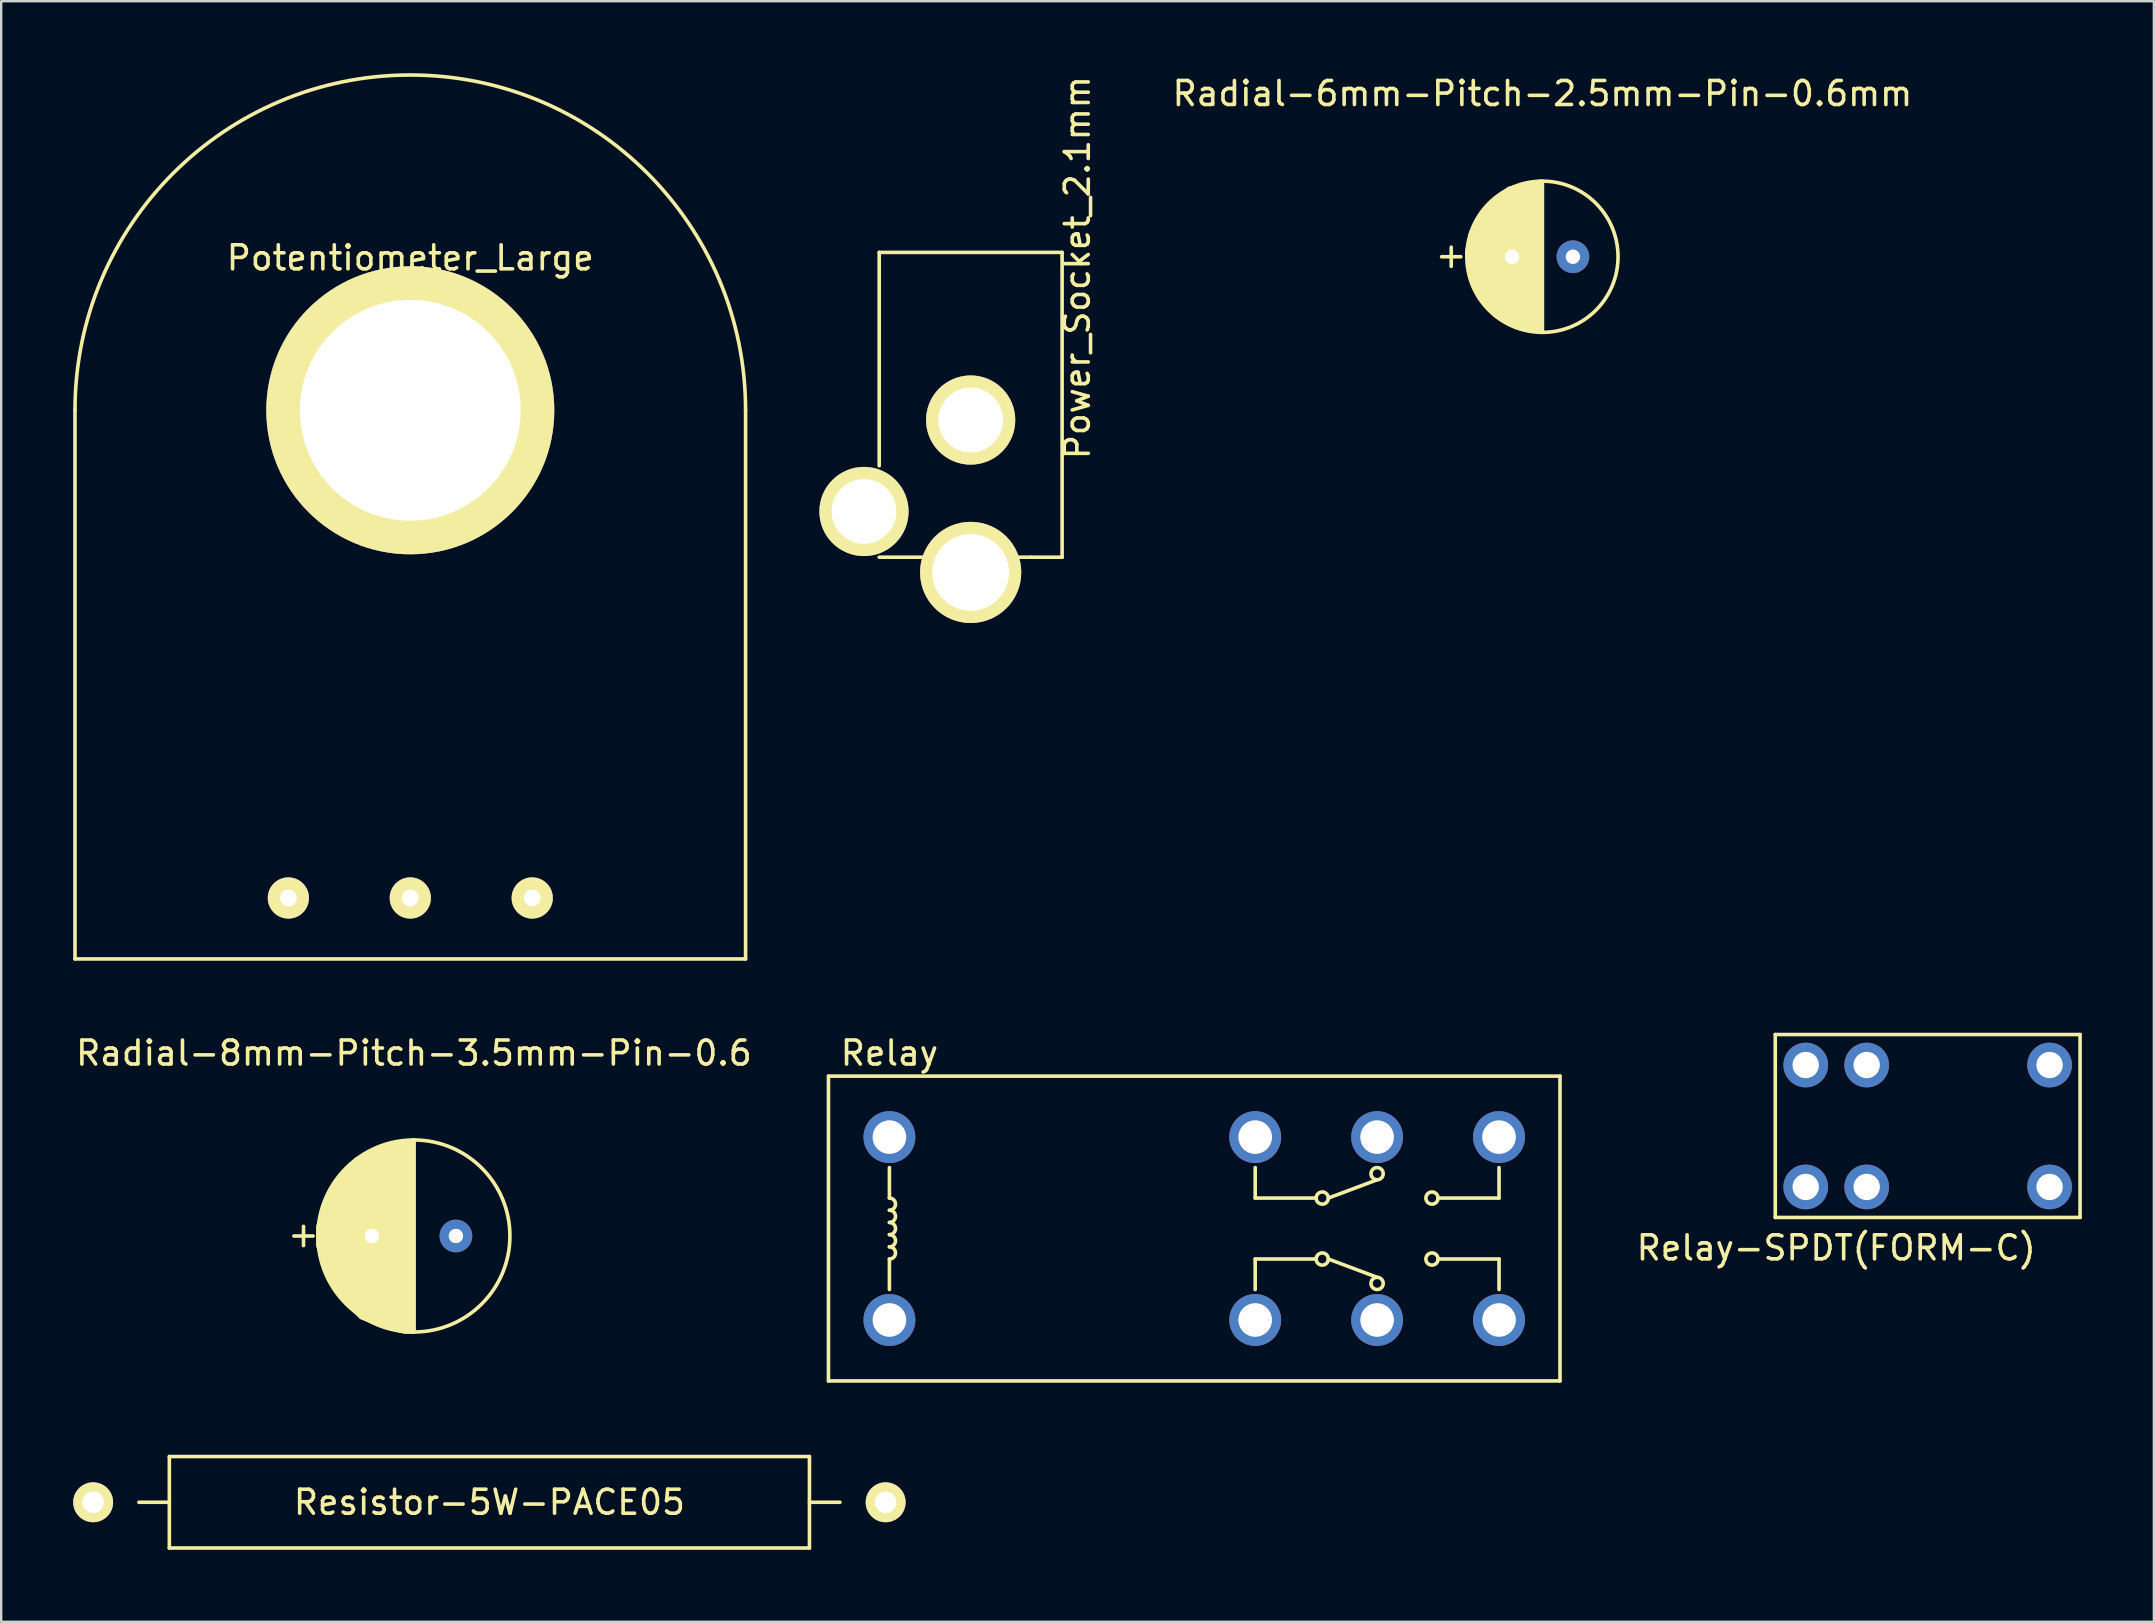
<source format=kicad_pcb>
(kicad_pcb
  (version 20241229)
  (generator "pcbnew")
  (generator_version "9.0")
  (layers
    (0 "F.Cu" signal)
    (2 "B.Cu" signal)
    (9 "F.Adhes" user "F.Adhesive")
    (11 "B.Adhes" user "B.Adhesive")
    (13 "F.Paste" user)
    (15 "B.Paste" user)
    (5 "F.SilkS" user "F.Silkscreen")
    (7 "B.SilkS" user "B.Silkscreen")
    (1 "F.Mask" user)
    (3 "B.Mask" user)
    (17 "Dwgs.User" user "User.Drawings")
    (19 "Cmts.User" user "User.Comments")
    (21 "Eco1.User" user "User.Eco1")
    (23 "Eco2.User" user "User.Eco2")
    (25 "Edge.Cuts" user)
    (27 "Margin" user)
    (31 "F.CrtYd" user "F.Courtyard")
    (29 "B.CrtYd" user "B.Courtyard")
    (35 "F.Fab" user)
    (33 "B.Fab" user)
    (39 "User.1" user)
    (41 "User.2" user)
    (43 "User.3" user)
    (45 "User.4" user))
  (footprint "Power_Socket_2.1mm"
    (layer "F.Cu")
    (at 37.393 14.451)
    (property "Reference" "Power_Socket_2.1mm" (at 4.445 -6.35 90) (layer "F.SilkS") (effects (font (size 1 1) (thickness 0.15))))
    (attr through_hole)
    (fp_line (start -3.81 -6.985) (end -3.81 1.905) (stroke (width 0.15) (type solid)) (layer "F.SilkS"))
    (fp_line (start -3.81 5.715) (end -1.905 5.715) (stroke (width 0.15) (type solid)) (layer "F.SilkS"))
    (fp_line (start 1.905 5.715) (end 2.54 5.715) (stroke (width 0.15) (type solid)) (layer "F.SilkS"))
    (fp_line (start 2.54 5.715) (end 3.81 5.715) (stroke (width 0.15) (type solid)) (layer "F.SilkS"))
    (fp_line (start 3.81 -6.985) (end -3.81 -6.985) (stroke (width 0.15) (type solid)) (layer "F.SilkS"))
    (fp_line (start 3.81 5.715) (end 3.81 -6.985) (stroke (width 0.15) (type solid)) (layer "F.SilkS"))
    (pad "1" thru_hole circle (at 0 6.35) (size 4.216 4.216) (drill 3.2) (layers "*.Cu" "*.Mask" "F.SilkS"))
    (pad "2" thru_hole circle (at -4.445 3.81) (size 3.716 3.716) (drill 2.7) (layers "*.Cu" "*.Mask" "F.SilkS"))
    (pad "3" thru_hole circle (at 0 0) (size 3.716 3.716) (drill 2.7) (layers "*.Cu" "*.Mask" "F.SilkS")))
  (footprint "Relay"
    (layer "F.Cu")
    (at 34.008 44.328)
    (property "Reference" "Relay" (at 0 -3.5 0) (layer "F.SilkS") (effects (font (size 1 1) (thickness 0.15))))
    (attr through_hole)
    (fp_line (start -2.54 -2.54) (end -2.54 10.16) (stroke (width 0.15) (type solid)) (layer "F.SilkS"))
    (fp_line (start -2.54 10.16) (end 27.94 10.16) (stroke (width 0.15) (type solid)) (layer "F.SilkS"))
    (fp_line (start 0 1.27) (end 0 2.54) (stroke (width 0.15) (type solid)) (layer "F.SilkS"))
    (fp_line (start 0 6.35) (end 0 5.08) (stroke (width 0.15) (type solid)) (layer "F.SilkS"))
    (fp_line (start 15.24 1.27) (end 15.24 2.54) (stroke (width 0.15) (type solid)) (layer "F.SilkS"))
    (fp_line (start 15.24 2.54) (end 17.78 2.54) (stroke (width 0.15) (type solid)) (layer "F.SilkS"))
    (fp_line (start 15.24 5.08) (end 17.78 5.08) (stroke (width 0.15) (type solid)) (layer "F.SilkS"))
    (fp_line (start 15.24 6.35) (end 15.24 5.08) (stroke (width 0.15) (type solid)) (layer "F.SilkS"))
    (fp_line (start 20.32 1.778) (end 18.288 2.54) (stroke (width 0.15) (type solid)) (layer "F.SilkS"))
    (fp_line (start 20.32 5.842) (end 18.288 5.08) (stroke (width 0.15) (type solid)) (layer "F.SilkS"))
    (fp_line (start 22.86 2.54) (end 25.4 2.54) (stroke (width 0.15) (type solid)) (layer "F.SilkS"))
    (fp_line (start 25.4 2.54) (end 25.4 1.27) (stroke (width 0.15) (type solid)) (layer "F.SilkS"))
    (fp_line (start 25.4 5.08) (end 22.86 5.08) (stroke (width 0.15) (type solid)) (layer "F.SilkS"))
    (fp_line (start 25.4 6.35) (end 25.4 5.08) (stroke (width 0.15) (type solid)) (layer "F.SilkS"))
    (fp_line (start 27.94 -2.54) (end -2.54 -2.54) (stroke (width 0.15) (type solid)) (layer "F.SilkS"))
    (fp_line (start 27.94 10.16) (end 27.94 -2.54) (stroke (width 0.15) (type solid)) (layer "F.SilkS"))
    (fp_arc (start 0 2.54) (mid 0.254 2.794) (end 0 3.048) (stroke (width 0.15) (type solid)) (layer "F.SilkS"))
    (fp_arc (start 0 3.048) (mid 0.254 3.302) (end 0 3.556) (stroke (width 0.15) (type solid)) (layer "F.SilkS"))
    (fp_arc (start 0 3.556) (mid 0.254 3.81) (end 0 4.064) (stroke (width 0.15) (type solid)) (layer "F.SilkS"))
    (fp_arc (start 0 4.064) (mid 0.254 4.318) (end 0 4.572) (stroke (width 0.15) (type solid)) (layer "F.SilkS"))
    (fp_arc (start 0 4.572) (mid 0.254 4.826) (end 0 5.08) (stroke (width 0.15) (type solid)) (layer "F.SilkS"))
    (fp_circle (center 18.034 2.54) (end 18.288 2.54) (stroke (width 0.15) (type solid)) (fill no) (layer "F.SilkS"))
    (fp_circle (center 18.034 5.08) (end 18.288 5.08) (stroke (width 0.15) (type solid)) (fill no) (layer "F.SilkS"))
    (fp_circle (center 20.32 1.524) (end 20.32 1.778) (stroke (width 0.15) (type solid)) (fill no) (layer "F.SilkS"))
    (fp_circle (center 20.32 6.096) (end 20.32 6.35) (stroke (width 0.15) (type solid)) (fill no) (layer "F.SilkS"))
    (fp_circle (center 22.606 2.54) (end 22.86 2.54) (stroke (width 0.15) (type solid)) (fill no) (layer "F.SilkS"))
    (fp_circle (center 22.606 5.08) (end 22.86 5.08) (stroke (width 0.15) (type solid)) (fill no) (layer "F.SilkS"))
    (pad "COM1" thru_hole circle (at 20.32 0) (size 2.162 2.162) (drill 1.4) (layers "*.Cu" "*.Mask"))
    (pad "COM2" thru_hole circle (at 20.32 7.62) (size 2.162 2.162) (drill 1.4) (layers "*.Cu" "*.Mask"))
    (pad "Coil+" thru_hole circle (at 0 0) (size 2.162 2.162) (drill 1.4) (layers "*.Cu" "*.Mask"))
    (pad "Coil-" thru_hole circle (at 0 7.62) (size 2.162 2.162) (drill 1.4) (layers "*.Cu" "*.Mask"))
    (pad "NC1" thru_hole circle (at 15.24 0) (size 2.162 2.162) (drill 1.4) (layers "*.Cu" "*.Mask"))
    (pad "NC2" thru_hole circle (at 15.24 7.62) (size 2.162 2.162) (drill 1.4) (layers "*.Cu" "*.Mask"))
    (pad "NO1" thru_hole circle (at 25.4 0) (size 2.162 2.162) (drill 1.4) (layers "*.Cu" "*.Mask"))
    (pad "NO2" thru_hole circle (at 25.4 7.62) (size 2.162 2.162) (drill 1.4) (layers "*.Cu" "*.Mask")))
  (footprint "Relay-SPDT(FORM-C)"
    (layer "F.Cu")
    (at 72.187 41.325)
    (property "Reference" "Relay-SPDT(FORM-C)" (at 1.27 7.62 0) (layer "F.SilkS") (effects (font (size 1 1) (thickness 0.15))))
    (attr through_hole)
    (fp_line (start -1.27 -1.27) (end -1.27 6.35) (stroke (width 0.15) (type solid)) (layer "F.SilkS"))
    (fp_line (start -1.27 6.35) (end 11.43 6.35) (stroke (width 0.15) (type solid)) (layer "F.SilkS"))
    (fp_line (start 11.43 -1.27) (end -1.27 -1.27) (stroke (width 0.15) (type solid)) (layer "F.SilkS"))
    (fp_line (start 11.43 6.35) (end 11.43 -1.27) (stroke (width 0.15) (type solid)) (layer "F.SilkS"))
    (pad "COM" thru_hole circle (at 10.16 0 90) (size 1.862 1.862) (drill 1.1) (layers "*.Cu" "*.Mask"))
    (pad "COM" thru_hole circle (at 10.16 5.08 90) (size 1.862 1.862) (drill 1.1) (layers "*.Cu" "*.Mask"))
    (pad "Coil+" thru_hole circle (at 2.54 0 90) (size 1.862 1.862) (drill 1.1) (layers "*.Cu" "*.Mask"))
    (pad "Coil-" thru_hole circle (at 2.54 5.08 90) (size 1.862 1.862) (drill 1.1) (layers "*.Cu" "*.Mask"))
    (pad "NC" thru_hole circle (at 0 0 90) (size 1.862 1.862) (drill 1.1) (layers "*.Cu" "*.Mask"))
    (pad "NO" thru_hole circle (at 0 5.08 90) (size 1.862 1.862) (drill 1.1) (layers "*.Cu" "*.Mask")))
  (footprint "Resistor-5W-PACE05"
    (layer "F.Cu")
    (at 17.341 59.543)
    (property "Reference" "Resistor-5W-PACE05" (at 0 0 0) (layer "F.SilkS") (effects (font (size 1 1) (thickness 0.15))))
    (attr through_hole)
    (fp_line (start -13.335 -1.905) (end 13.335 -1.905) (stroke (width 0.15) (type solid)) (layer "F.SilkS"))
    (fp_line (start -13.335 0) (end -14.605 0) (stroke (width 0.15) (type solid)) (layer "F.SilkS"))
    (fp_line (start -13.335 1.905) (end -13.335 -1.905) (stroke (width 0.15) (type solid)) (layer "F.SilkS"))
    (fp_line (start 13.335 -1.905) (end 13.335 1.905) (stroke (width 0.15) (type solid)) (layer "F.SilkS"))
    (fp_line (start 13.335 0) (end 14.605 0) (stroke (width 0.15) (type solid)) (layer "F.SilkS"))
    (fp_line (start 13.335 1.905) (end -13.335 1.905) (stroke (width 0.15) (type solid)) (layer "F.SilkS"))
    (pad "1" thru_hole circle (at -16.51 0) (size 1.662 1.662) (drill 0.9) (layers "*.Cu" "*.Mask" "F.SilkS"))
    (pad "2" thru_hole circle (at 16.51 0) (size 1.662 1.662) (drill 0.9) (layers "*.Cu" "*.Mask" "F.SilkS")))
  (footprint "Potentiometer_Large"
    (layer "F.Cu")
    (at 14.045 14.045)
    (property "Reference" "Potentiometer_Large" (at 0 -6.35 0) (layer "F.SilkS") (effects (font (size 1 1) (thickness 0.15))))
    (attr through_hole)
    (fp_line (start -13.97 22.86) (end -13.97 0) (stroke (width 0.15) (type solid)) (layer "F.SilkS"))
    (fp_line (start 13.97 0) (end 13.97 22.86) (stroke (width 0.15) (type solid)) (layer "F.SilkS"))
    (fp_line (start 13.97 22.86) (end -13.97 22.86) (stroke (width 0.15) (type solid)) (layer "F.SilkS"))
    (fp_arc (start -13.97 0) (mid 0 -13.97) (end 13.97 0) (stroke (width 0.15) (type solid)) (layer "F.SilkS"))
    (pad "" thru_hole circle (at 0 0) (size 12 12) (drill 9.2) (layers "*.Cu" "*.Mask" "F.SilkS"))
    (pad "1" thru_hole circle (at -5.08 20.32) (size 1.716 1.716) (drill 0.7) (layers "*.Cu" "*.Mask" "F.SilkS"))
    (pad "2" thru_hole circle (at 0 20.32) (size 1.716 1.716) (drill 0.7) (layers "*.Cu" "*.Mask" "F.SilkS"))
    (pad "3" thru_hole circle (at 5.08 20.32) (size 1.716 1.716) (drill 0.7) (layers "*.Cu" "*.Mask" "F.SilkS")))
  (footprint "Radial-8mm-Pitch-3.5mm-Pin-0.6"
    (layer "F.Cu")
    (at 14.196 48.448)
    (property "Reference" "Radial-8mm-Pitch-3.5mm-Pin-0.6" (at 0 -7.62 0) (layer "F.SilkS") (effects (font (size 1 1) (thickness 0.15))))
    (attr through_hole)
    (fp_line (start -4.6 -0.4) (end -4.6 0.4) (stroke (width 0.15) (type solid)) (layer "F.SilkS"))
    (fp_line (start -4.2 0) (end -5 0) (stroke (width 0.15) (type solid)) (layer "F.SilkS"))
    (fp_line (start 0 -4) (end 0 4) (stroke (width 0.15) (type solid)) (layer "F.SilkS"))
    (fp_circle (center 0 0) (end 4 0) (stroke (width 0.15) (type solid)) (fill no) (layer "F.SilkS"))
    (fp_poly (pts (xy 0 -4) (xy 0 4) (xy -0.4 4) (xy -1.2 3.8) (xy -2.2 3.4) (xy -3 2.6) (xy -3.6 1.6) (xy -4 0.4) (xy -4 -0.4) (xy -3.4 -2) (xy -2.4 -3.2) (xy -1 -3.8)) (stroke (width 0.15) (type solid)) (fill yes) (layer "F.SilkS"))
    (pad "1" thru_hole circle (at -1.75 0) (size 1.362 1.362) (drill 0.6) (layers "*.Cu" "*.Mask"))
    (pad "2" thru_hole circle (at 1.75 0) (size 1.362 1.362) (drill 0.6) (layers "*.Cu" "*.Mask")))
  (footprint "Radial-6mm-Pitch-2.5mm-Pin-0.6mm"
    (layer "F.Cu")
    (at 61.216 7.648)
    (property "Reference" "Radial-6mm-Pitch-2.5mm-Pin-0.6mm" (at 0 -6.8 0) (layer "F.SilkS") (effects (font (size 1 1) (thickness 0.15))))
    (attr through_hole)
    (fp_line (start -3.8 -0.4) (end -3.8 0.4) (stroke (width 0.15) (type solid)) (layer "F.SilkS"))
    (fp_line (start -3.4 0) (end -4.2 0) (stroke (width 0.15) (type solid)) (layer "F.SilkS"))
    (fp_circle (center 0 0) (end 3.15 0) (stroke (width 0.15) (type solid)) (fill no) (layer "F.SilkS"))
    (fp_poly (pts (xy -0.05 -3.15) (xy -1.4 -2.85) (xy -2.15 -2.25) (xy -2.65 -1.65) (xy -3 -0.95) (xy -3.15 -0.2) (xy -3.05 0.65) (xy -2.6 1.75) (xy -1.95 2.45) (xy -1.35 2.8) (xy -0.55 3.05) (xy 0 3.15) (xy 0 -3.15)) (stroke (width 0.15) (type solid)) (fill yes) (layer "F.SilkS"))
    (pad "1" thru_hole circle (at -1.27 0) (size 1.362 1.362) (drill 0.6) (layers "*.Cu" "*.Mask"))
    (pad "2" thru_hole circle (at 1.27 0) (size 1.362 1.362) (drill 0.6) (layers "*.Cu" "*.Mask")))
  (gr_rect
    (start -3 -3)
    (end 86.692 64.523)
    (stroke (width 0.1) (type default))
    (fill no)
    (layer "Edge.Cuts")))
</source>
